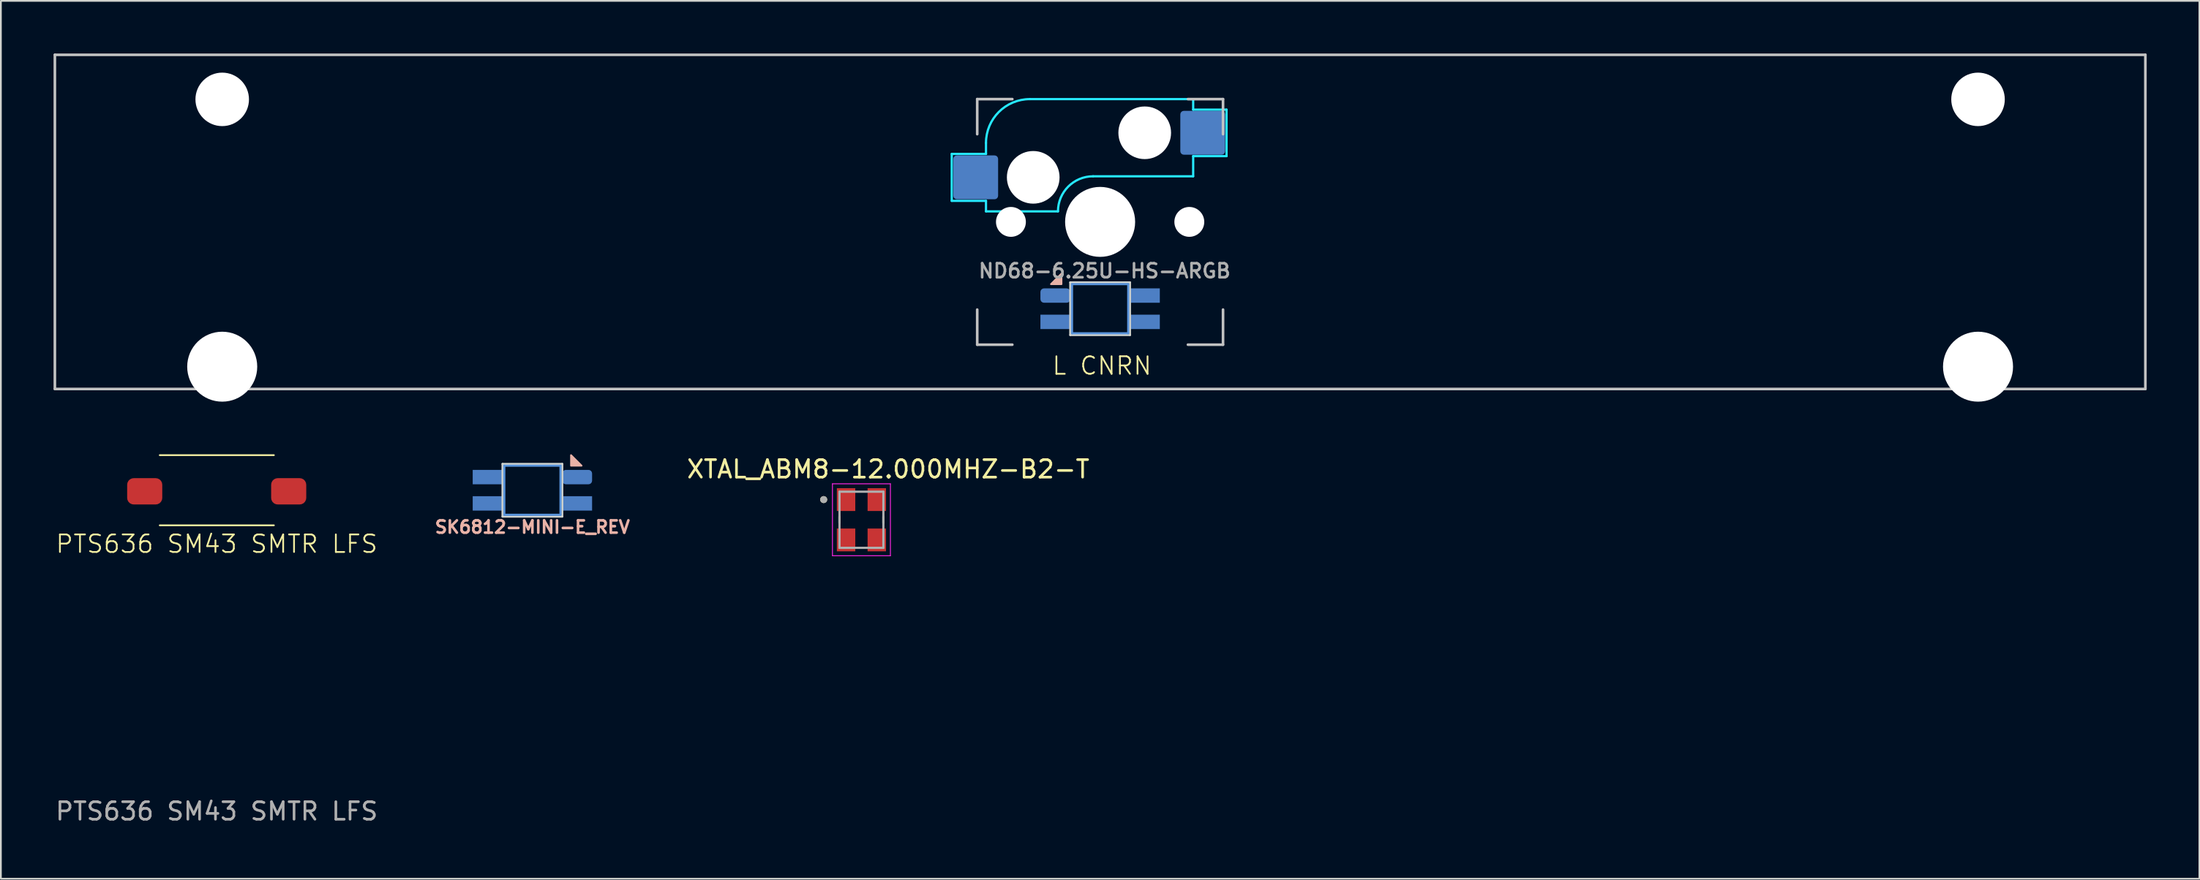
<source format=kicad_pcb>
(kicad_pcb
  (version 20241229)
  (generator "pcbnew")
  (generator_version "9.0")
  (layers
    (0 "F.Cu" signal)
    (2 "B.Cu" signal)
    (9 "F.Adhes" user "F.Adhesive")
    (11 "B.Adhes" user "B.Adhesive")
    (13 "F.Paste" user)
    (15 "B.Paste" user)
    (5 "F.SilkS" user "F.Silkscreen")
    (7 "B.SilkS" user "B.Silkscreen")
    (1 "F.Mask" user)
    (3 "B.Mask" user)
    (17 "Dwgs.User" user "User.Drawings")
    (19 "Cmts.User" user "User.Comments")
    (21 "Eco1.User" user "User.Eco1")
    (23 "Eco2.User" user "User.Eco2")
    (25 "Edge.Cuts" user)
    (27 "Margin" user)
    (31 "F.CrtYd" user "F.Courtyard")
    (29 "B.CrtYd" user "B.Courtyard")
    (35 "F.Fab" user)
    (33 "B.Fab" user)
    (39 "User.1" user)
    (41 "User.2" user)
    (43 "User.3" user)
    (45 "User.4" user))
  (footprint "PTS636 SM43 SMTR LFS"
    (layer "F.Cu")
    (at 9.292 24.96)
    (property "Reference" "PTS636 SM43 SMTR LFS" (at 0 3 0) (unlocked yes) (layer "F.SilkS") (effects (font (size 1 1) (thickness 0.1))))
    (attr smd)
    (fp_line (start -3.243 -2.061) (end 3.257 -2.061) (stroke (width 0.1) (type default)) (layer "F.SilkS"))
    (fp_line (start 3.257 1.939) (end -3.243 1.939) (stroke (width 0.1) (type default)) (layer "F.SilkS"))
    (fp_text user "${REFERENCE}" (at 0 18.24 0) (unlocked yes) (layer "F.Fab") (effects (font (size 1 1) (thickness 0.15))))
    (pad "1" smd roundrect (at -4.1 0) (size 2 1.5) (layers "F.Cu" "F.Mask" "F.Paste") (roundrect_rratio 0.25))
    (pad "2" smd roundrect (at 4.1 0) (size 2 1.5) (layers "F.Cu" "F.Mask" "F.Paste") (roundrect_rratio 0.25)))
  (footprint "ND68-6.25U-HS-ARGB"
    (layer "F.Cu")
    (at 59.606 9.6)
    (property "Reference" "ND68-6.25U-HS-ARGB" (at 0.254 2.794 0) (layer "F.Fab") (effects (font (size 0.8 0.8) (thickness 0.15))))
    (attr smd)
    (fp_poly (pts (xy -2.8 3.55) (xy -2.2 3.55) (xy -2.2 2.95)) (stroke (width 0.1) (type solid)) (fill yes) (layer "B.SilkS"))
    (fp_line (start -59.531 9.525) (end -59.531 -9.525) (stroke (width 0.15) (type solid)) (layer "Dwgs.User"))
    (fp_line (start -7 -7) (end -7 -5) (stroke (width 0.15) (type solid)) (layer "Dwgs.User"))
    (fp_line (start -7 5) (end -7 7) (stroke (width 0.15) (type solid)) (layer "Dwgs.User"))
    (fp_line (start -7 7) (end -5 7) (stroke (width 0.15) (type solid)) (layer "Dwgs.User"))
    (fp_line (start -5 -7) (end -7 -7) (stroke (width 0.15) (type solid)) (layer "Dwgs.User"))
    (fp_line (start 5 -7) (end 7 -7) (stroke (width 0.15) (type solid)) (layer "Dwgs.User"))
    (fp_line (start 5 7) (end 7 7) (stroke (width 0.15) (type solid)) (layer "Dwgs.User"))
    (fp_line (start 7 -7) (end 7 -5) (stroke (width 0.15) (type solid)) (layer "Dwgs.User"))
    (fp_line (start 7 7) (end 7 5) (stroke (width 0.15) (type solid)) (layer "Dwgs.User"))
    (fp_line (start 59.531 -9.525) (end -59.531 -9.525) (stroke (width 0.15) (type solid)) (layer "Dwgs.User"))
    (fp_line (start 59.531 9.525) (end -59.531 9.525) (stroke (width 0.15) (type solid)) (layer "Dwgs.User"))
    (fp_line (start 59.531 9.525) (end 59.531 -9.525) (stroke (width 0.15) (type solid)) (layer "Dwgs.User"))
    (fp_line (start -1.6 3.55) (end -1.6 6.35) (stroke (width 0.12) (type solid)) (layer "Cmts.User"))
    (fp_line (start -1.6 6.35) (end 1.6 6.35) (stroke (width 0.12) (type solid)) (layer "Cmts.User"))
    (fp_line (start 1.6 3.55) (end -1.6 3.55) (stroke (width 0.12) (type solid)) (layer "Cmts.User"))
    (fp_line (start 1.6 6.35) (end 1.6 3.55) (stroke (width 0.12) (type solid)) (layer "Cmts.User"))
    (fp_line (start -1.7 3.45) (end -1.7 6.45) (stroke (width 0.12) (type solid)) (layer "Edge.Cuts"))
    (fp_line (start -1.7 6.45) (end 1.7 6.45) (stroke (width 0.12) (type solid)) (layer "Edge.Cuts"))
    (fp_line (start 1.7 3.45) (end -1.7 3.45) (stroke (width 0.12) (type solid)) (layer "Edge.Cuts"))
    (fp_line (start 1.7 6.45) (end 1.7 3.45) (stroke (width 0.12) (type solid)) (layer "Edge.Cuts"))
    (fp_line (start -8.45 -3.875) (end -8.45 -1.2) (stroke (width 0.127) (type solid)) (layer "B.CrtYd"))
    (fp_line (start -8.45 -1.2) (end -6.5 -1.2) (stroke (width 0.127) (type solid)) (layer "B.CrtYd"))
    (fp_line (start -6.5 -4.5) (end -6.5 -3.875) (stroke (width 0.127) (type solid)) (layer "B.CrtYd"))
    (fp_line (start -6.5 -3.875) (end -8.45 -3.875) (stroke (width 0.127) (type solid)) (layer "B.CrtYd"))
    (fp_line (start -6.5 -0.6) (end -6.5 -1.2) (stroke (width 0.127) (type solid)) (layer "B.CrtYd"))
    (fp_line (start -6.5 -0.6) (end -2.4 -0.6) (stroke (width 0.127) (type solid)) (layer "B.CrtYd"))
    (fp_line (start -0.4 -2.6) (end 5.3 -2.6) (stroke (width 0.127) (type solid)) (layer "B.CrtYd"))
    (fp_line (start 5.3 -7) (end -4 -7) (stroke (width 0.127) (type solid)) (layer "B.CrtYd"))
    (fp_line (start 5.3 -7) (end 5.3 -6.4) (stroke (width 0.127) (type solid)) (layer "B.CrtYd"))
    (fp_line (start 5.3 -6.4) (end 7.2 -6.4) (stroke (width 0.127) (type solid)) (layer "B.CrtYd"))
    (fp_line (start 5.3 -2.6) (end 5.3 -3.75) (stroke (width 0.127) (type solid)) (layer "B.CrtYd"))
    (fp_line (start 7.2 -6.4) (end 7.2 -3.75) (stroke (width 0.127) (type solid)) (layer "B.CrtYd"))
    (fp_line (start 7.2 -3.75) (end 5.3 -3.75) (stroke (width 0.127) (type solid)) (layer "B.CrtYd"))
    (fp_arc (start -6.5 -4.5) (mid -5.767767 -6.267767) (end -4 -7) (stroke (width 0.127) (type solid)) (layer "B.CrtYd"))
    (fp_arc (start -2.4 -0.6) (mid -1.814214 -2.014214) (end -0.4 -2.6) (stroke (width 0.127) (type solid)) (layer "B.CrtYd"))
    (fp_text user "L CNRN" (at -2.794 8.788 0) (unlocked yes) (layer "F.SilkS") (effects (font (size 1 1) (thickness 0.1)) (justify left bottom)))
    (pad "" np_thru_hole circle (at -50 -6.985) (size 3.048 3.048) (drill 3.048) (layers "*.Cu" "*.Mask"))
    (pad "" np_thru_hole circle (at -50 8.255) (size 3.988 3.988) (drill 3.988) (layers "*.Cu" "*.Mask"))
    (pad "" np_thru_hole circle (at -5.08 0 48.099) (size 1.702 1.702) (drill 1.702) (layers "*.Cu" "*.Mask"))
    (pad "" np_thru_hole circle (at -3.81 -2.54) (size 3 3) (drill 3) (layers "*.Cu" "*.Mask"))
    (pad "" np_thru_hole circle (at 0 0) (size 3.988 3.988) (drill 3.988) (layers "*.Cu" "*.Mask"))
    (pad "" np_thru_hole circle (at 2.54 -5.08) (size 3 3) (drill 3) (layers "*.Cu" "*.Mask"))
    (pad "" np_thru_hole circle (at 5.08 0 48.099) (size 1.702 1.702) (drill 1.702) (layers "*.Cu" "*.Mask"))
    (pad "" np_thru_hole circle (at 50 -6.985) (size 3.048 3.048) (drill 3.048) (layers "*.Cu" "*.Mask"))
    (pad "" np_thru_hole circle (at 50 8.255) (size 3.988 3.988) (drill 3.988) (layers "*.Cu" "*.Mask"))
    (pad "1" smd rect (at 2.55 5.7) (size 1.7 0.82) (layers "B.Cu" "B.Mask" "B.Paste"))
    (pad "2" smd rect (at 2.55 4.2) (size 1.7 0.82) (layers "B.Cu" "B.Mask" "B.Paste"))
    (pad "3" smd roundrect (at -2.55 4.2) (size 1.7 0.82) (layers "B.Cu" "B.Mask" "B.Paste") (roundrect_rratio 0.25))
    (pad "4" smd rect (at -2.55 5.7) (size 1.7 0.82) (layers "B.Cu" "B.Mask" "B.Paste"))
    (pad "5" smd roundrect (at -7.085 -2.54) (size 2.55 2.5) (layers "B.Cu" "B.Mask" "B.Paste") (roundrect_rratio 0.08))
    (pad "6" smd roundrect (at 5.842 -5.08) (size 2.55 2.5) (layers "B.Cu" "B.Mask" "B.Paste") (roundrect_rratio 0.08)))
  (footprint "XTAL_ABM8-12.000MHZ-B2-T"
    (layer "F.Cu")
    (at 46.012 26.582)
    (property "Reference" "XTAL_ABM8-12.000MHZ-B2-T" (at 1.525 -2.885 0) (layer "F.SilkS") (effects (font (size 1 1) (thickness 0.15))))
    (attr smd)
    (fp_line (start -1.25 -0.18) (end -1.25 0.18) (stroke (width 0.127) (type solid)) (layer "F.SilkS"))
    (fp_line (start 1.25 -0.18) (end 1.25 0.18) (stroke (width 0.127) (type solid)) (layer "F.SilkS"))
    (fp_circle (center -2.15 -1.15) (end -2.05 -1.15) (stroke (width 0.2) (type solid)) (fill no) (layer "F.SilkS"))
    (fp_line (start -1.65 -2.05) (end -1.65 2.05) (stroke (width 0.05) (type solid)) (layer "F.CrtYd"))
    (fp_line (start -1.65 -2.05) (end 1.65 -2.05) (stroke (width 0.05) (type solid)) (layer "F.CrtYd"))
    (fp_line (start 1.65 -2.05) (end 1.65 2.05) (stroke (width 0.05) (type solid)) (layer "F.CrtYd"))
    (fp_line (start 1.65 2.05) (end -1.65 2.05) (stroke (width 0.05) (type solid)) (layer "F.CrtYd"))
    (fp_line (start -1.25 -1.6) (end -1.25 1.6) (stroke (width 0.127) (type solid)) (layer "F.Fab"))
    (fp_line (start -1.25 -1.6) (end 1.25 -1.6) (stroke (width 0.127) (type solid)) (layer "F.Fab"))
    (fp_line (start 1.25 -1.6) (end 1.25 1.6) (stroke (width 0.127) (type solid)) (layer "F.Fab"))
    (fp_line (start 1.25 1.6) (end -1.25 1.6) (stroke (width 0.127) (type solid)) (layer "F.Fab"))
    (fp_circle (center -2.15 -1.15) (end -2.05 -1.15) (stroke (width 0.2) (type solid)) (fill no) (layer "F.Fab"))
    (pad "1" smd rect (at -0.875 -1.15) (size 1.05 1.3) (layers "F.Cu" "F.Mask" "F.Paste"))
    (pad "2" smd rect (at -0.875 1.15) (size 1.05 1.3) (layers "F.Cu" "F.Mask" "F.Paste"))
    (pad "3" smd rect (at 0.875 1.15) (size 1.05 1.3) (layers "F.Cu" "F.Mask" "F.Paste"))
    (pad "4" smd rect (at 0.875 -1.15) (size 1.05 1.3) (layers "F.Cu" "F.Mask" "F.Paste")))
  (footprint "SK6812-MINI-E_REV"
    (layer "F.Cu")
    (at 27.272 24.899)
    (property "Reference" "SK6812-MINI-E_REV" (at 0 2.1 0) (unlocked yes) (layer "B.SilkS") (effects (font (size 0.7 0.7) (thickness 0.15))))
    (attr through_hole)
    (fp_poly (pts (xy 2.8 -1.4) (xy 2.2 -1.4) (xy 2.2 -2)) (stroke (width 0.1) (type solid)) (fill yes) (layer "B.SilkS"))
    (fp_line (start -1.6 -1.4) (end 1.6 -1.4) (stroke (width 0.12) (type solid)) (layer "Cmts.User"))
    (fp_line (start -1.6 1.4) (end -1.6 -1.4) (stroke (width 0.12) (type solid)) (layer "Cmts.User"))
    (fp_line (start 1.6 -1.4) (end 1.6 1.4) (stroke (width 0.12) (type solid)) (layer "Cmts.User"))
    (fp_line (start 1.6 1.4) (end -1.6 1.4) (stroke (width 0.12) (type solid)) (layer "Cmts.User"))
    (fp_line (start -1.7 -1.5) (end 1.7 -1.5) (stroke (width 0.12) (type solid)) (layer "Edge.Cuts"))
    (fp_line (start -1.7 1.5) (end -1.7 -1.5) (stroke (width 0.12) (type solid)) (layer "Edge.Cuts"))
    (fp_line (start 1.7 -1.5) (end 1.7 1.5) (stroke (width 0.12) (type solid)) (layer "Edge.Cuts"))
    (fp_line (start 1.7 1.5) (end -1.7 1.5) (stroke (width 0.12) (type solid)) (layer "Edge.Cuts"))
    (pad "1" smd rect (at -2.55 0.75) (size 1.7 0.82) (layers "B.Cu" "B.Mask" "B.Paste"))
    (pad "2" smd rect (at -2.55 -0.75) (size 1.7 0.82) (layers "B.Cu" "B.Mask" "B.Paste"))
    (pad "3" smd roundrect (at 2.55 -0.75) (size 1.7 0.82) (layers "B.Cu" "B.Mask" "B.Paste") (roundrect_rratio 0.25))
    (pad "4" smd rect (at 2.55 0.75) (size 1.7 0.82) (layers "B.Cu" "B.Mask" "B.Paste")))
  (gr_rect
    (start -3 -3)
    (end 122.213 47.048)
    (stroke (width 0.1) (type default))
    (fill no)
    (layer "Edge.Cuts")))
</source>
